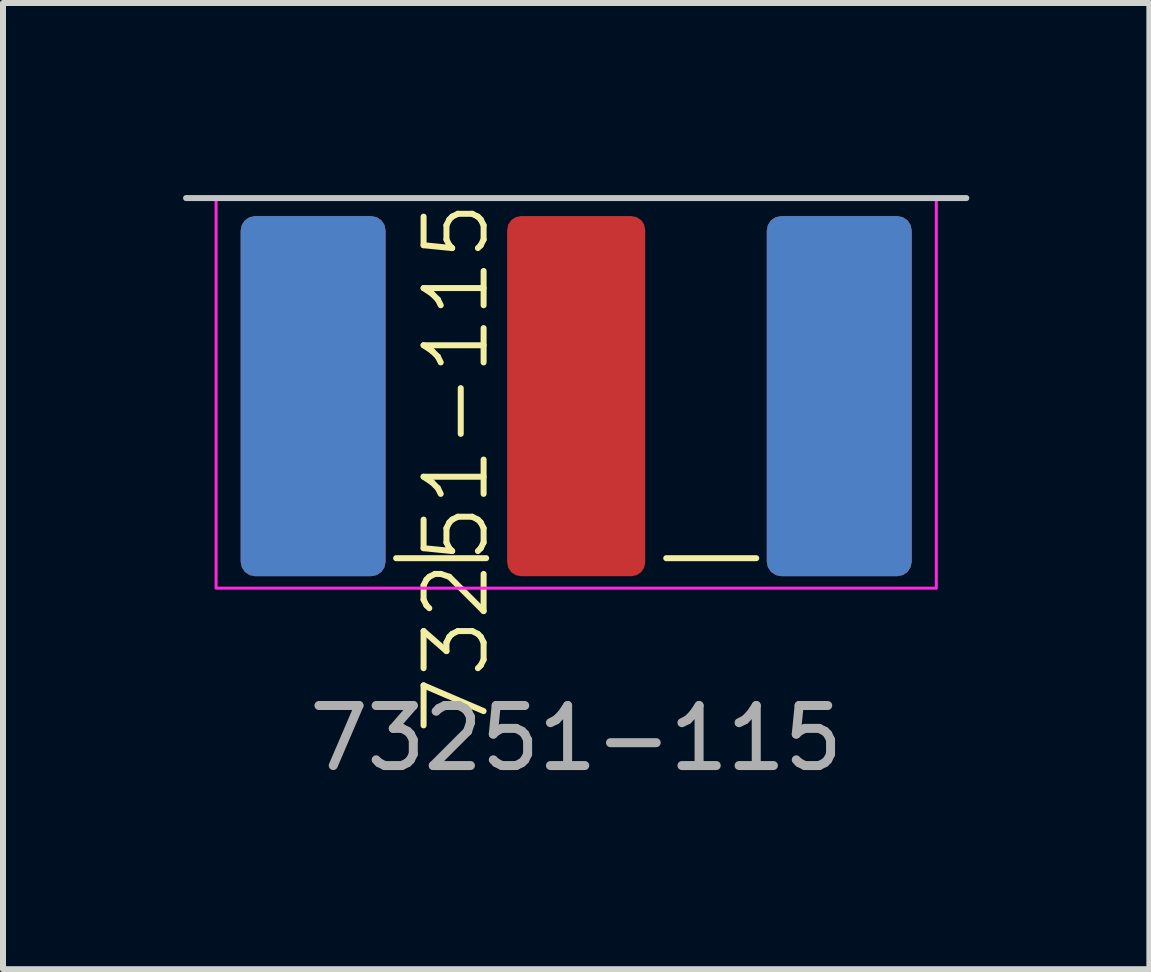
<source format=kicad_pcb>
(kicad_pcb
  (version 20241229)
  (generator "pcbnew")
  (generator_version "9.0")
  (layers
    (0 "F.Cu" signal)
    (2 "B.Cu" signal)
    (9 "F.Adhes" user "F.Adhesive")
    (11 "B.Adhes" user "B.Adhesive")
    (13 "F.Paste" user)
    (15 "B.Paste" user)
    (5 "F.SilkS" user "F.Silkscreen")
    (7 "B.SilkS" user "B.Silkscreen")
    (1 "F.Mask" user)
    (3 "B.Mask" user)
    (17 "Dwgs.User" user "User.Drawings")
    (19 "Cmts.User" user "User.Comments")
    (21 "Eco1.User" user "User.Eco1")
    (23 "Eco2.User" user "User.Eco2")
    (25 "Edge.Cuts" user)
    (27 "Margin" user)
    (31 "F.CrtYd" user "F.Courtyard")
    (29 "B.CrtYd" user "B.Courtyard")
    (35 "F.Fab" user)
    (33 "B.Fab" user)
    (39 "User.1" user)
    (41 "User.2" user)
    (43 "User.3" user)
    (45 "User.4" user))
  (footprint "73251-115"
    (layer "F.Cu")
    (at 6.55 0.25)
    (property "Reference" "73251-115" (at -2 4.5 90) (unlocked yes) (layer "F.SilkS") (effects (font (size 1 1) (thickness 0.1))))
    (attr smd)
    (fp_line (start -3 6) (end -1.5 6) (stroke (width 0.1) (type default)) (layer "F.SilkS"))
    (fp_line (start 1.5 6) (end 3 6) (stroke (width 0.1) (type default)) (layer "F.SilkS"))
    (fp_line (start -6.5 0) (end 6.5 0) (stroke (width 0.1) (type default)) (layer "Dwgs.User"))
    (fp_rect (start -6 0) (end 6 6.5) (stroke (width 0.05) (type default)) (fill no) (layer "F.CrtYd"))
    (fp_text user "${REFERENCE}" (at 0 9 0) (unlocked yes) (layer "F.Fab") (effects (font (size 1 1) (thickness 0.15))))
    (pad "1" smd roundrect (at 0 3.3) (size 2.3 6) (layers "F.Cu" "F.Mask") (roundrect_rratio 0.1))
    (pad "2" smd roundrect (at -4.383 3.3) (size 2.415 6) (layers "F.Cu" "F.Mask") (roundrect_rratio 0.1))
    (pad "2" smd roundrect (at -4.383 3.3) (size 2.415 6) (layers "B.Cu" "B.Mask") (roundrect_rratio 0.1))
    (pad "2" smd roundrect (at 4.383 3.3) (size 2.415 6) (layers "F.Cu" "F.Mask") (roundrect_rratio 0.1))
    (pad "2" smd roundrect (at 4.383 3.3) (size 2.415 6) (layers "B.Cu" "B.Mask") (roundrect_rratio 0.1)))
  (gr_rect
    (start -3 -3)
    (end 16.1 13.098)
    (stroke (width 0.1) (type default))
    (fill no)
    (layer "Edge.Cuts")))
</source>
